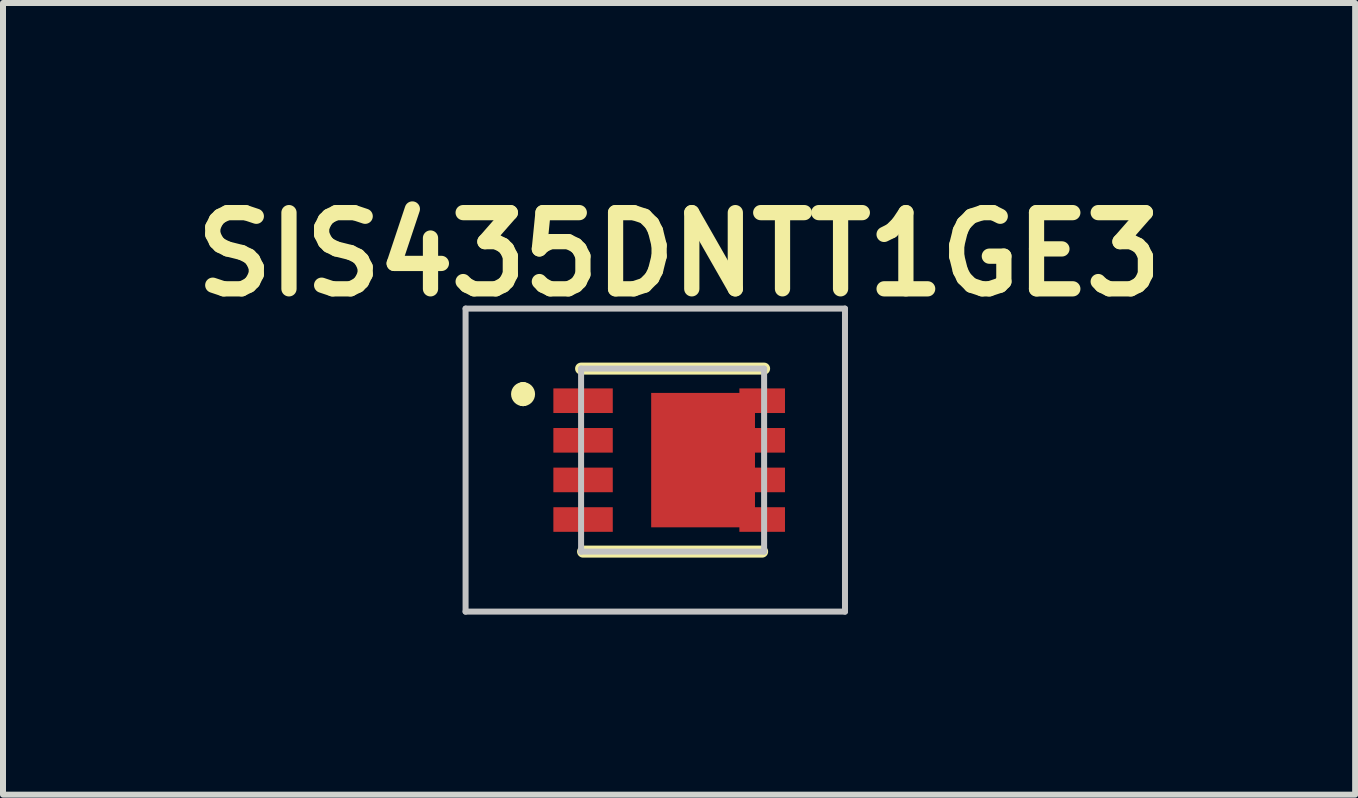
<source format=kicad_pcb>
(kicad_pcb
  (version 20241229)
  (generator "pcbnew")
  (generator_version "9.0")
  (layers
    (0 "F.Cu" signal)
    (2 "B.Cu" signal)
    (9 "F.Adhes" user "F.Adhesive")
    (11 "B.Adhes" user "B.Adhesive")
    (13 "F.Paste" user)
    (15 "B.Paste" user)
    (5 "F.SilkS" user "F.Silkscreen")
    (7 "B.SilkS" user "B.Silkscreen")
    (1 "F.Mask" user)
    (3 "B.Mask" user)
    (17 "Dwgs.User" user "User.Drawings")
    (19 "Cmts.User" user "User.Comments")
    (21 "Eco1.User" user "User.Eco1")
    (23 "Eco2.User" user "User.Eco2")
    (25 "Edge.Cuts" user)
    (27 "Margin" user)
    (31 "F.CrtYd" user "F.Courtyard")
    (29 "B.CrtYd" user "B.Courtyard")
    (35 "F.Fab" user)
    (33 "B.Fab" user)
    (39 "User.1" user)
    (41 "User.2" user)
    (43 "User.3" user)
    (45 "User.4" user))
  (footprint "SIS435DNTT1GE3"
    (layer "F.Cu")
    (at 6.667 4.618)
    (property "Reference" "SIS435DNTT1GE3" (at 1.6 -3.429 0) (layer "F.SilkS") (effects (font (size 1.27 1.27) (thickness 0.254))))
    (attr smd)
    (fp_line (start -1 -1.2) (end -1 -1.2) (stroke (width 0.2) (type solid)) (layer "F.SilkS"))
    (fp_line (start -1 -1) (end -1 -1) (stroke (width 0.2) (type solid)) (layer "F.SilkS"))
    (fp_line (start -0.033 -1.525) (end 3.017 -1.525) (stroke (width 0.2) (type solid)) (layer "F.SilkS"))
    (fp_line (start 0 1.525) (end 2.984 1.525) (stroke (width 0.2) (type solid)) (layer "F.SilkS"))
    (fp_arc (start -1 -1.2) (mid -0.9 -1.1) (end -1 -1) (stroke (width 0.2) (type solid)) (layer "F.SilkS"))
    (fp_arc (start -1 -1) (mid -1.1 -1.1) (end -1 -1.2) (stroke (width 0.2) (type solid)) (layer "F.SilkS"))
    (fp_line (start -1.958 -2.525) (end 4.365 -2.525) (stroke (width 0.1) (type solid)) (layer "Dwgs.User"))
    (fp_line (start -1.958 2.525) (end -1.958 -2.525) (stroke (width 0.1) (type solid)) (layer "Dwgs.User"))
    (fp_line (start -0.033 -1.525) (end 3.017 -1.525) (stroke (width 0.1) (type solid)) (layer "Dwgs.User"))
    (fp_line (start -0.033 1.525) (end -0.033 -1.525) (stroke (width 0.1) (type solid)) (layer "Dwgs.User"))
    (fp_line (start 3.017 -1.525) (end 3.017 1.525) (stroke (width 0.1) (type solid)) (layer "Dwgs.User"))
    (fp_line (start 3.017 1.525) (end -0.033 1.525) (stroke (width 0.1) (type solid)) (layer "Dwgs.User"))
    (fp_line (start 4.365 -2.525) (end 4.365 2.525) (stroke (width 0.1) (type solid)) (layer "Dwgs.User"))
    (fp_line (start 4.365 2.525) (end -1.958 2.525) (stroke (width 0.1) (type solid)) (layer "Dwgs.User"))
    (pad "1" smd rect (at 0 -0.99 90) (size 0.41 0.99) (layers "F.Cu" "F.Mask" "F.Paste"))
    (pad "2" smd rect (at 0 -0.33 90) (size 0.41 0.99) (layers "F.Cu" "F.Mask" "F.Paste"))
    (pad "3" smd rect (at 0 0.33 90) (size 0.41 0.99) (layers "F.Cu" "F.Mask" "F.Paste"))
    (pad "4" smd rect (at 0 0.99 90) (size 0.41 0.99) (layers "F.Cu" "F.Mask" "F.Paste"))
    (pad "5" smd rect (at 2.985 0.99 90) (size 0.41 0.76) (layers "F.Cu" "F.Mask" "F.Paste"))
    (pad "6" smd rect (at 2.985 0.33 90) (size 0.41 0.76) (layers "F.Cu" "F.Mask" "F.Paste"))
    (pad "7" smd rect (at 2.985 -0.33 90) (size 0.41 0.76) (layers "F.Cu" "F.Mask" "F.Paste"))
    (pad "8" smd rect (at 2.985 -0.99 90) (size 0.41 0.76) (layers "F.Cu" "F.Mask" "F.Paste"))
    (pad "9" smd rect (at 2 0) (size 1.73 2.24) (layers "F.Cu" "F.Mask" "F.Paste")))
  (gr_rect
    (start -3 -3)
    (end 19.534 10.193)
    (stroke (width 0.1) (type default))
    (fill no)
    (layer "Edge.Cuts")))
</source>
